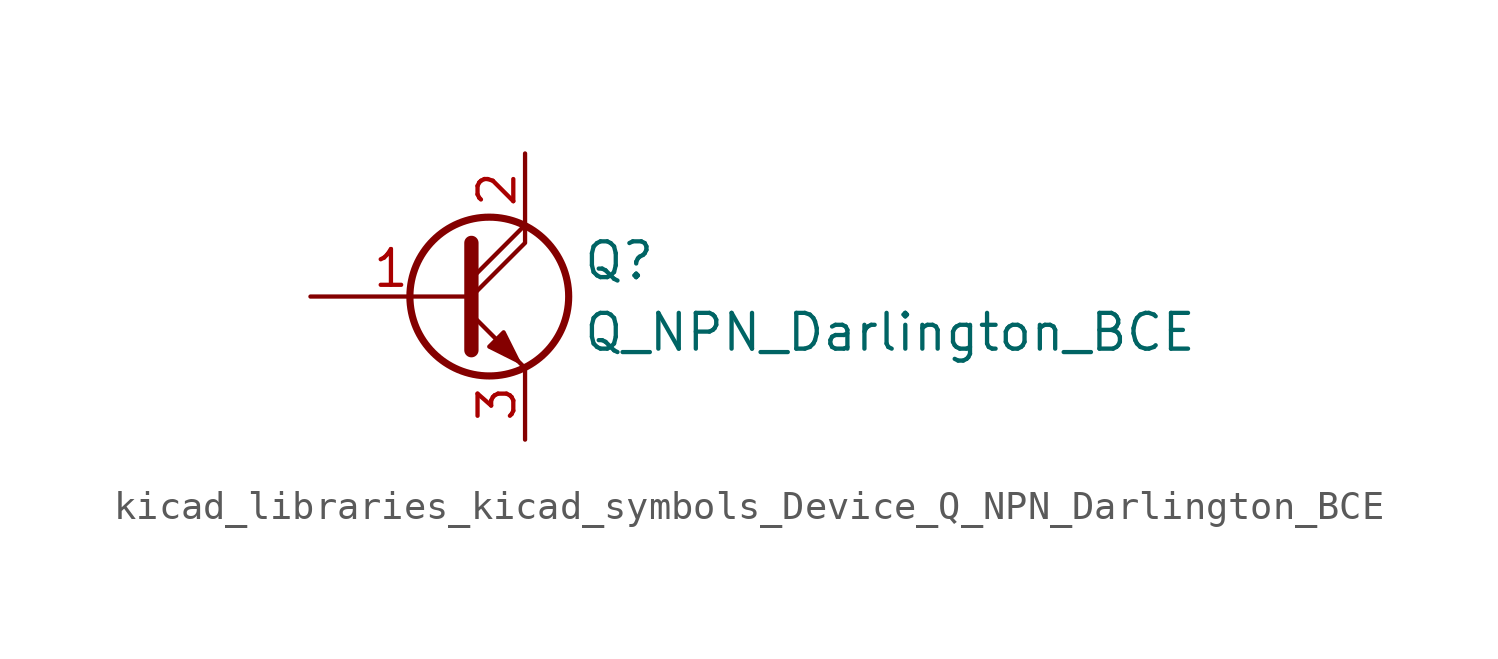
<source format=kicad_sym>
(kicad_symbol_lib
  (version 20220914)
  (generator kicad_symbol_editor)
  (symbol "kicad_libraries_kicad_symbols_Device_Q_NPN_Darlington_BCE"
    (pin_names
      (offset 0) hide)
    (property "Reference" "Q"
      (at 4.572 1.27 0)
      (effects (font (size 1.27 1.27)) (justify left)))
    (property "Value" "Q_NPN_Darlington_BCE"
      (at 4.572 -1.27 0)
      (effects (font (size 1.27 1.27)) (justify left)))
    (symbol "kicad_libraries_kicad_symbols_Device_Q_NPN_Darlington_BCE_0_1"
      (polyline (pts (xy 0.635 0.635) (xy 2.54 2.54)) (stroke (width 0) (type default)) (fill (type none)))
      (polyline (pts (xy 0.635 -0.635) (xy 2.54 -2.54) (xy 2.54 -2.54)) (stroke (width 0) (type default)) (fill (type none)))
      (polyline (pts (xy 0.635 0) (xy 2.54 1.905) (xy 2.54 2.54)) (stroke (width 0) (type default)) (fill (type none)))
      (polyline (pts (xy 0.635 1.905) (xy 0.635 -1.905) (xy 0.635 -1.905)) (stroke (width 0.508) (type default)) (fill (type none)))
      (polyline (pts (xy 1.27 -1.778) (xy 1.778 -1.27) (xy 2.286 -2.286) (xy 1.27 -1.778) (xy 1.27 -1.778)) (stroke (width 0) (type default)) (fill (type outline)))
      (circle (center 1.27 0) (radius 2.819) (stroke (width 0.254) (type default)) (fill (type none))))
    (symbol "kicad_libraries_kicad_symbols_Device_Q_NPN_Darlington_BCE_1_1"
      (pin input line (at -5.08 0 0) (length 5.715) (name "B" (effects (font (size 1.27 1.27)))) (number "1" (effects (font (size 1.27 1.27)))))
      (pin passive line (at 2.54 5.08 270) (length 2.54) (name "C" (effects (font (size 1.27 1.27)))) (number "2" (effects (font (size 1.27 1.27)))))
      (pin passive line (at 2.54 -5.08 90) (length 2.54) (name "E" (effects (font (size 1.27 1.27)))) (number "3" (effects (font (size 1.27 1.27))))))))
</source>
